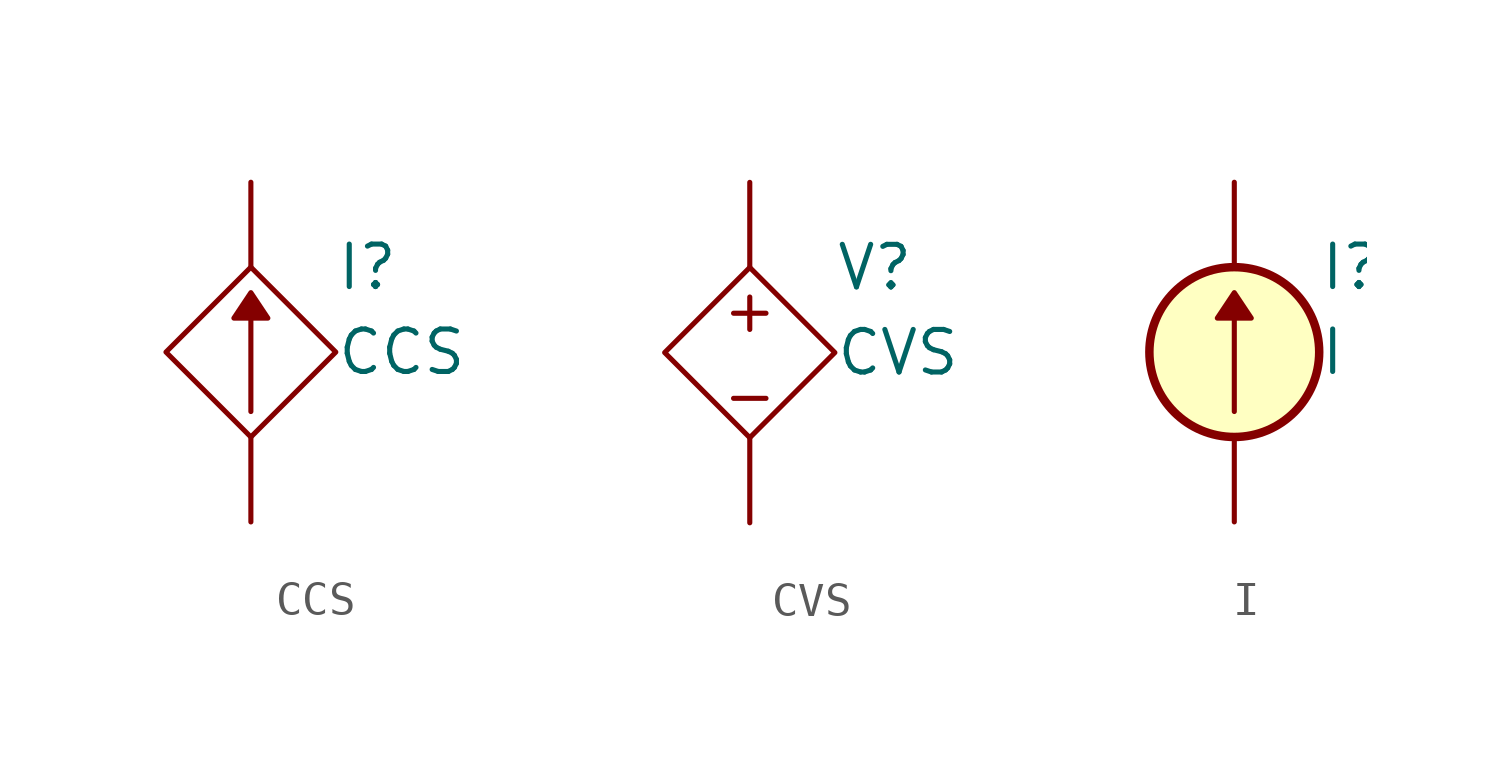
<source format=kicad_sym>
(kicad_symbol_lib
  (version 20211014)
  (generator kicad_symbol_editor)
  (symbol "CCS"
    (pin_numbers hide)
    (property "Reference" "I"
      (at 2.54 2.54 0)
      (effects (font (size 1.27 1.27)) (justify left)))
    (property "Value" "CCS"
      (at 2.54 0 0)
      (effects (font (size 1.27 1.27)) (justify left)))
    (symbol "CCS_0_0"
      (polyline (pts (xy -0.508 1.016) (xy 0 1.778) (xy 0.508 1.016) (xy -0.508 1.016)) (stroke (width 0.152) (type default) (color 0 0 0 0)) (fill (type outline)))
      (polyline (pts (xy 0 2.54) (xy -2.54 0) (xy 0 -2.54) (xy 2.54 0) (xy 0 2.54)) (stroke (width 0.152) (type default) (color 0 0 0 0)) (fill (type none))))
    (symbol "CCS_0_1"
      (polyline (pts (xy 0 1.016) (xy 0 -1.778)) (stroke (width 0) (type default) (color 0 0 0 0)) (fill (type none))))
    (symbol "CCS_1_1"
      (pin passive line (at 0 5.08 270) (length 2.54) (name "~" (effects (font (size 1.27 1.27)))) (number "1" (effects (font (size 1.27 1.27)))))
      (pin passive line (at 0 -5.08 90) (length 2.54) (name "~" (effects (font (size 1.27 1.27)))) (number "2" (effects (font (size 1.27 1.27)))))))
  (symbol "CVS"
    (pin_numbers hide)
    (property "Reference" "V"
      (at 2.54 2.54 0)
      (effects (font (size 1.27 1.27)) (justify left)))
    (property "Value" "CVS"
      (at 2.54 0 0)
      (effects (font (size 1.27 1.27)) (justify left)))
    (symbol "CVS_0_0"
      (polyline (pts (xy -2.54 0) (xy 0 2.54) (xy 2.54 0) (xy 0 -2.54) (xy -2.54 0)) (stroke (width 0.152) (type default) (color 0 0 0 0)) (fill (type none)))
      (text "+" (at 0 1.27 0) (effects (font (size 1.27 1.27))))
      (text "-" (at 0 -1.27 0) (effects (font (size 1.27 1.27)))))
    (symbol "CVS_1_1"
      (pin passive line (at 0 5.08 270) (length 2.54) (name "~" (effects (font (size 1.27 1.27)))) (number "1" (effects (font (size 1.27 1.27)))))
      (pin passive line (at 0 -5.08 90) (length 2.54) (name "~" (effects (font (size 1.27 1.27)))) (number "2" (effects (font (size 1.27 1.27)))))))
  (symbol "I"
    (pin_numbers hide)
    (property "Reference" "I"
      (at 2.54 2.54 0)
      (effects (font (size 1.27 1.27)) (justify left)))
    (property "Value" "I"
      (at 2.54 0 0)
      (effects (font (size 1.27 1.27)) (justify left)))
    (symbol "I_0_0"
      (polyline (pts (xy -0.508 1.016) (xy 0 1.778) (xy 0.508 1.016) (xy -0.508 1.016)) (stroke (width 0.152) (type default) (color 0 0 0 0)) (fill (type outline))))
    (symbol "I_0_1"
      (polyline (pts (xy 0 1.016) (xy 0 -1.778)) (stroke (width 0) (type default) (color 0 0 0 0)) (fill (type none)))
      (circle (center 0 0) (radius 2.54) (stroke (width 0.254) (type default) (color 0 0 0 0)) (fill (type background))))
    (symbol "I_1_1"
      (pin passive line (at 0 5.08 270) (length 2.54) (name "~" (effects (font (size 1.27 1.27)))) (number "1" (effects (font (size 1.27 1.27)))))
      (pin passive line (at 0 -5.08 90) (length 2.54) (name "~" (effects (font (size 1.27 1.27)))) (number "2" (effects (font (size 1.27 1.27))))))))
</source>
